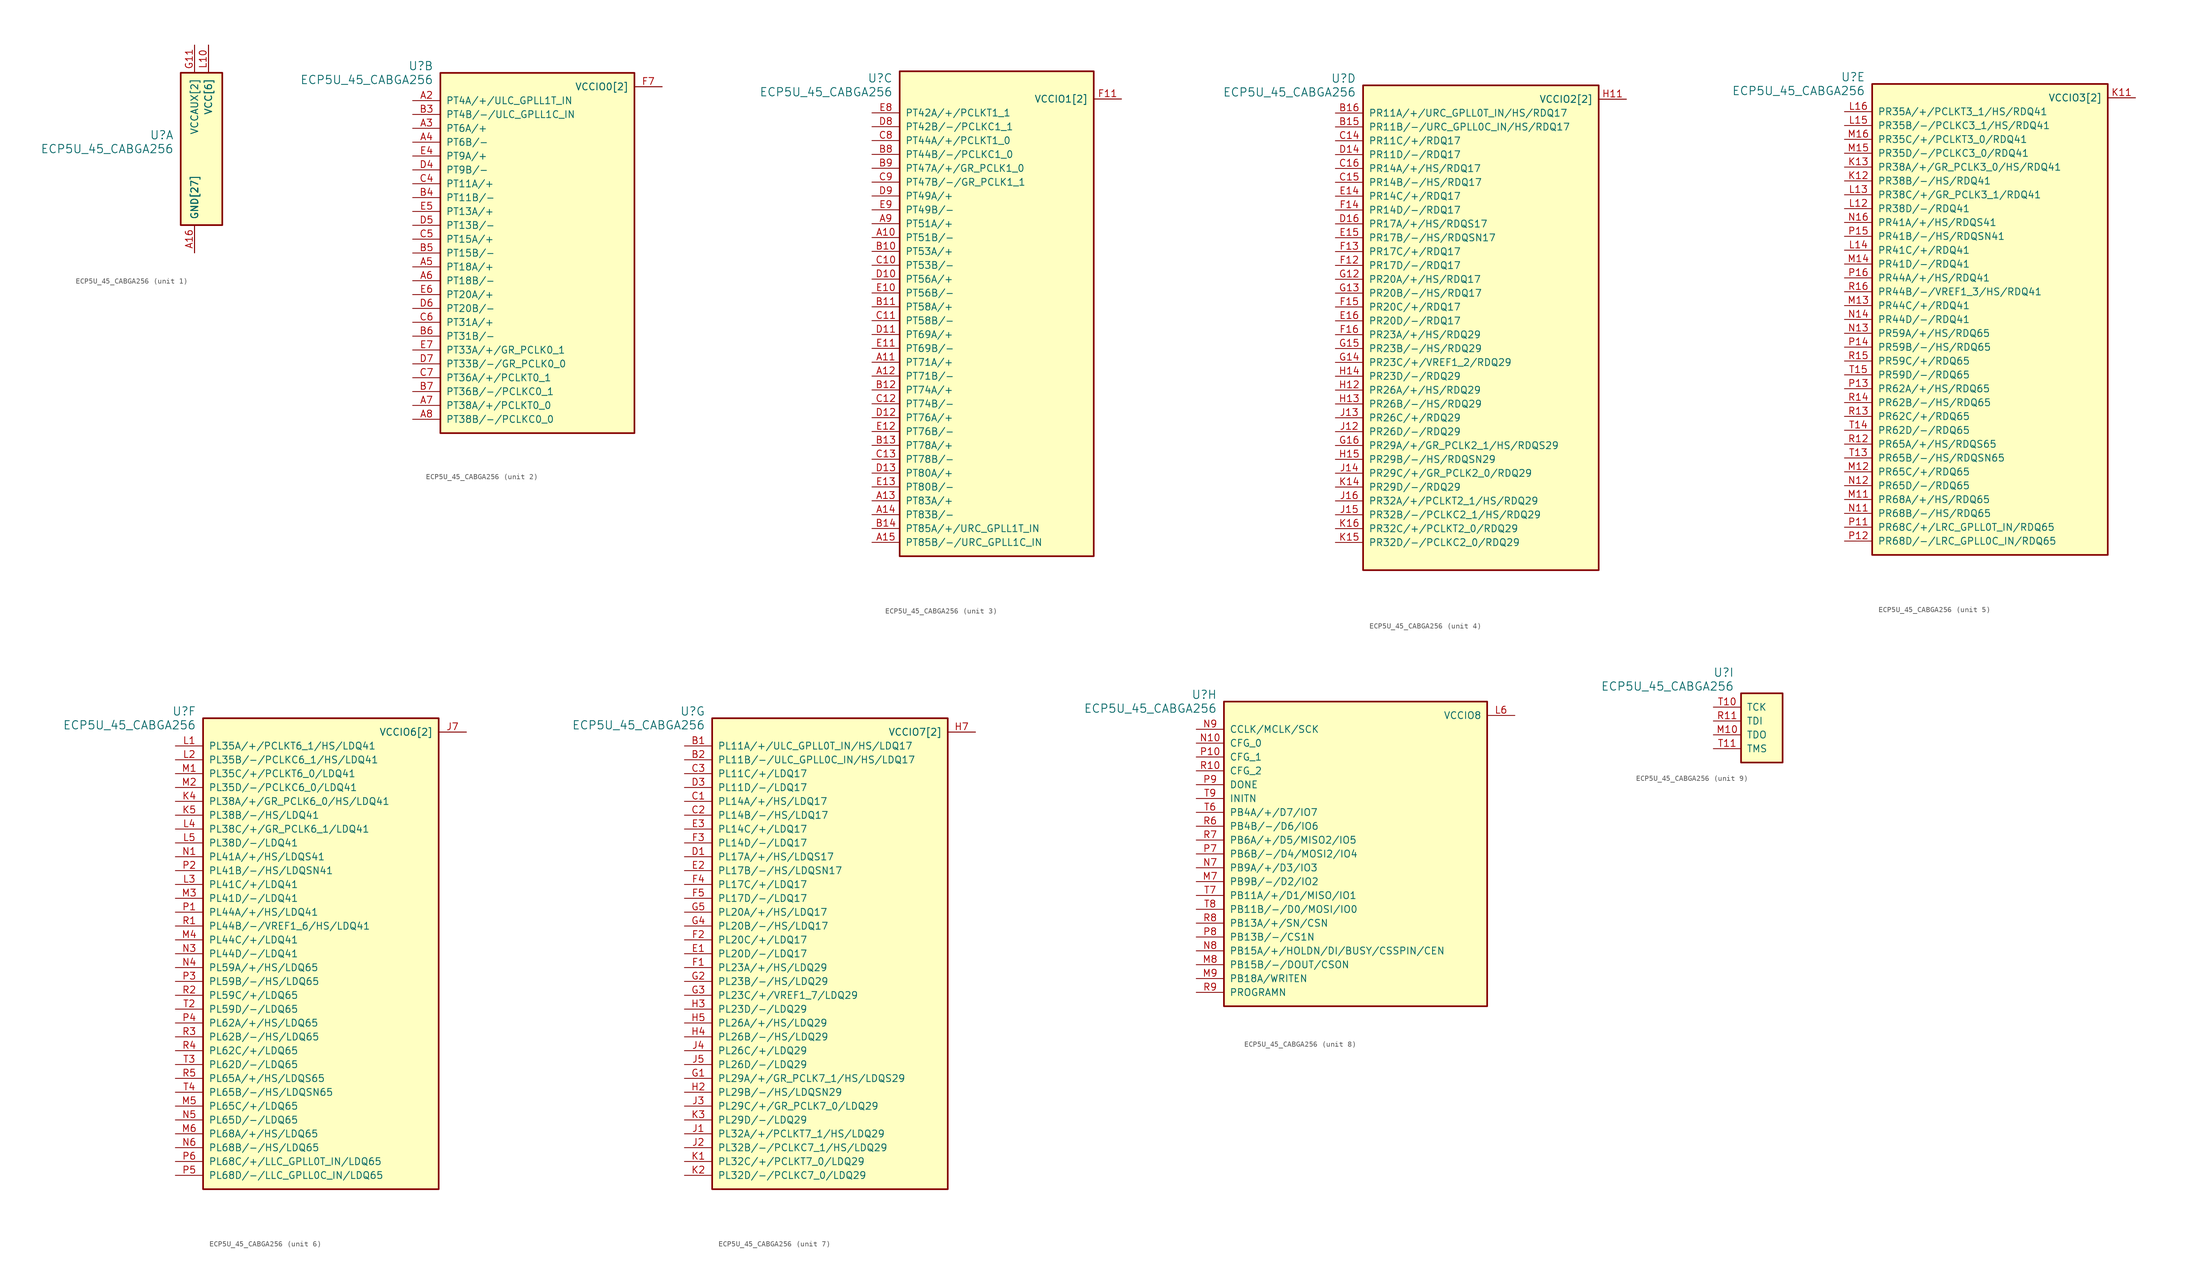
<source format=kicad_sym>
(kicad_symbol_lib
  (version 20211014)
  (generator kicad_symbol_editor)
  (symbol "ECP5U_45_CABGA256"
    (pin_names
      (offset 1.016))
    (property "Reference" "U"
      (at 3.81 6.35 0)
      (effects (font (size 1.524 1.524)) (justify right)))
    (property "Value" "ECP5U_45_CABGA256"
      (at 3.81 3.81 0)
      (effects (font (size 1.524 1.524)) (justify right)))
    (property "ki_locked" ""
      (at 0 0 0)
      (effects (font (size 1.27 1.27))))
    (symbol "ECP5U_45_CABGA256_1_1"
      (rectangle (start 5.08 17.78) (end 12.7 -10.16) (stroke (width 0.305) (type default) (color 0 0 0 0)) (fill (type background)))
      (pin power_in line (at 7.62 -15.24 90) (length 5.08) (name "GND[27]" (effects (font (size 1.27 1.27)))) (number "A1" (effects (font (size 0 0)))))
      (pin power_in line (at 7.62 -15.24 90) (length 5.08) (name "GND[27]" (effects (font (size 1.27 1.27)))) (number "A16" (effects (font (size 1.27 1.27)))))
      (pin power_in line (at 7.62 -15.24 90) (length 5.08) (name "GND[27]" (effects (font (size 1.27 1.27)))) (number "D15" (effects (font (size 0 0)))))
      (pin power_in line (at 7.62 -15.24 90) (length 5.08) (name "GND[27]" (effects (font (size 1.27 1.27)))) (number "D2" (effects (font (size 0 0)))))
      (pin power_in line (at 7.62 -15.24 90) (length 5.08) (name "GND[27]" (effects (font (size 1.27 1.27)))) (number "F8" (effects (font (size 0 0)))))
      (pin power_in line (at 7.62 -15.24 90) (length 5.08) (name "GND[27]" (effects (font (size 1.27 1.27)))) (number "F9" (effects (font (size 0 0)))))
      (pin power_in line (at 7.62 -15.24 90) (length 5.08) (name "GND[27]" (effects (font (size 1.27 1.27)))) (number "G10" (effects (font (size 0 0)))))
      (pin power_in line (at 7.62 22.86 270) (length 5.08) (name "VCCAUX[2]" (effects (font (size 1.27 1.27)))) (number "G11" (effects (font (size 1.27 1.27)))))
      (pin power_in line (at 10.16 22.86 270) (length 5.08) (name "VCC[6]" (effects (font (size 1.27 1.27)))) (number "G6" (effects (font (size 0 0)))))
      (pin power_in line (at 10.16 22.86 270) (length 5.08) (name "VCC[6]" (effects (font (size 1.27 1.27)))) (number "G7" (effects (font (size 0 0)))))
      (pin power_in line (at 7.62 -15.24 90) (length 5.08) (name "GND[27]" (effects (font (size 1.27 1.27)))) (number "G8" (effects (font (size 0 0)))))
      (pin power_in line (at 10.16 22.86 270) (length 5.08) (name "VCC[6]" (effects (font (size 1.27 1.27)))) (number "G9" (effects (font (size 0 0)))))
      (pin power_in line (at 7.62 -15.24 90) (length 5.08) (name "GND[27]" (effects (font (size 1.27 1.27)))) (number "H1" (effects (font (size 0 0)))))
      (pin power_in line (at 7.62 -15.24 90) (length 5.08) (name "GND[27]" (effects (font (size 1.27 1.27)))) (number "H10" (effects (font (size 0 0)))))
      (pin power_in line (at 7.62 -15.24 90) (length 5.08) (name "GND[27]" (effects (font (size 1.27 1.27)))) (number "H16" (effects (font (size 0 0)))))
      (pin power_in line (at 7.62 -15.24 90) (length 5.08) (name "GND[27]" (effects (font (size 1.27 1.27)))) (number "H8" (effects (font (size 0 0)))))
      (pin power_in line (at 7.62 -15.24 90) (length 5.08) (name "GND[27]" (effects (font (size 1.27 1.27)))) (number "H9" (effects (font (size 0 0)))))
      (pin power_in line (at 7.62 -15.24 90) (length 5.08) (name "GND[27]" (effects (font (size 1.27 1.27)))) (number "J10" (effects (font (size 0 0)))))
      (pin power_in line (at 7.62 -15.24 90) (length 5.08) (name "GND[27]" (effects (font (size 1.27 1.27)))) (number "J8" (effects (font (size 0 0)))))
      (pin power_in line (at 7.62 -15.24 90) (length 5.08) (name "GND[27]" (effects (font (size 1.27 1.27)))) (number "J9" (effects (font (size 0 0)))))
      (pin power_in line (at 7.62 -15.24 90) (length 5.08) (name "GND[27]" (effects (font (size 1.27 1.27)))) (number "K10" (effects (font (size 0 0)))))
      (pin power_in line (at 7.62 -15.24 90) (length 5.08) (name "GND[27]" (effects (font (size 1.27 1.27)))) (number "K6" (effects (font (size 0 0)))))
      (pin power_in line (at 7.62 -15.24 90) (length 5.08) (name "GND[27]" (effects (font (size 1.27 1.27)))) (number "K7" (effects (font (size 0 0)))))
      (pin power_in line (at 7.62 -15.24 90) (length 5.08) (name "GND[27]" (effects (font (size 1.27 1.27)))) (number "K8" (effects (font (size 0 0)))))
      (pin power_in line (at 7.62 -15.24 90) (length 5.08) (name "GND[27]" (effects (font (size 1.27 1.27)))) (number "K9" (effects (font (size 0 0)))))
      (pin power_in line (at 10.16 22.86 270) (length 5.08) (name "VCC[6]" (effects (font (size 1.27 1.27)))) (number "L10" (effects (font (size 1.27 1.27)))))
      (pin power_in line (at 7.62 22.86 270) (length 5.08) (name "VCCAUX[2]" (effects (font (size 1.27 1.27)))) (number "L7" (effects (font (size 0 0)))))
      (pin power_in line (at 10.16 22.86 270) (length 5.08) (name "VCC[6]" (effects (font (size 1.27 1.27)))) (number "L8" (effects (font (size 0 0)))))
      (pin power_in line (at 10.16 22.86 270) (length 5.08) (name "VCC[6]" (effects (font (size 1.27 1.27)))) (number "L9" (effects (font (size 0 0)))))
      (pin power_in line (at 7.62 -15.24 90) (length 5.08) (name "GND[27]" (effects (font (size 1.27 1.27)))) (number "N15" (effects (font (size 0 0)))))
      (pin power_in line (at 7.62 -15.24 90) (length 5.08) (name "GND[27]" (effects (font (size 1.27 1.27)))) (number "N2" (effects (font (size 0 0)))))
      (pin power_in line (at 7.62 -15.24 90) (length 5.08) (name "GND[27]" (effects (font (size 1.27 1.27)))) (number "T1" (effects (font (size 0 0)))))
      (pin power_in line (at 7.62 -15.24 90) (length 5.08) (name "GND[27]" (effects (font (size 1.27 1.27)))) (number "T12" (effects (font (size 0 0)))))
      (pin power_in line (at 7.62 -15.24 90) (length 5.08) (name "GND[27]" (effects (font (size 1.27 1.27)))) (number "T16" (effects (font (size 0 0)))))
      (pin power_in line (at 7.62 -15.24 90) (length 5.08) (name "GND[27]" (effects (font (size 1.27 1.27)))) (number "T5" (effects (font (size 0 0))))))
    (symbol "ECP5U_45_CABGA256_2_1"
      (rectangle (start 5.08 5.08) (end 40.64 -60.96) (stroke (width 0.305) (type default) (color 0 0 0 0)) (fill (type background)))
      (pin bidirectional line (at 0 0 0) (length 5.08) (name "PT4A/+/ULC_GPLL1T_IN" (effects (font (size 1.27 1.27)))) (number "A2" (effects (font (size 1.27 1.27)))))
      (pin bidirectional line (at 0 -5.08 0) (length 5.08) (name "PT6A/+" (effects (font (size 1.27 1.27)))) (number "A3" (effects (font (size 1.27 1.27)))))
      (pin bidirectional line (at 0 -7.62 0) (length 5.08) (name "PT6B/-" (effects (font (size 1.27 1.27)))) (number "A4" (effects (font (size 1.27 1.27)))))
      (pin bidirectional line (at 0 -30.48 0) (length 5.08) (name "PT18A/+" (effects (font (size 1.27 1.27)))) (number "A5" (effects (font (size 1.27 1.27)))))
      (pin bidirectional line (at 0 -33.02 0) (length 5.08) (name "PT18B/-" (effects (font (size 1.27 1.27)))) (number "A6" (effects (font (size 1.27 1.27)))))
      (pin bidirectional line (at 0 -55.88 0) (length 5.08) (name "PT38A/+/PCLKT0_0" (effects (font (size 1.27 1.27)))) (number "A7" (effects (font (size 1.27 1.27)))))
      (pin bidirectional line (at 0 -58.42 0) (length 5.08) (name "PT38B/-/PCLKC0_0" (effects (font (size 1.27 1.27)))) (number "A8" (effects (font (size 1.27 1.27)))))
      (pin bidirectional line (at 0 -2.54 0) (length 5.08) (name "PT4B/-/ULC_GPLL1C_IN" (effects (font (size 1.27 1.27)))) (number "B3" (effects (font (size 1.27 1.27)))))
      (pin bidirectional line (at 0 -17.78 0) (length 5.08) (name "PT11B/-" (effects (font (size 1.27 1.27)))) (number "B4" (effects (font (size 1.27 1.27)))))
      (pin bidirectional line (at 0 -27.94 0) (length 5.08) (name "PT15B/-" (effects (font (size 1.27 1.27)))) (number "B5" (effects (font (size 1.27 1.27)))))
      (pin bidirectional line (at 0 -43.18 0) (length 5.08) (name "PT31B/-" (effects (font (size 1.27 1.27)))) (number "B6" (effects (font (size 1.27 1.27)))))
      (pin bidirectional line (at 0 -53.34 0) (length 5.08) (name "PT36B/-/PCLKC0_1" (effects (font (size 1.27 1.27)))) (number "B7" (effects (font (size 1.27 1.27)))))
      (pin bidirectional line (at 0 -15.24 0) (length 5.08) (name "PT11A/+" (effects (font (size 1.27 1.27)))) (number "C4" (effects (font (size 1.27 1.27)))))
      (pin bidirectional line (at 0 -25.4 0) (length 5.08) (name "PT15A/+" (effects (font (size 1.27 1.27)))) (number "C5" (effects (font (size 1.27 1.27)))))
      (pin bidirectional line (at 0 -40.64 0) (length 5.08) (name "PT31A/+" (effects (font (size 1.27 1.27)))) (number "C6" (effects (font (size 1.27 1.27)))))
      (pin bidirectional line (at 0 -50.8 0) (length 5.08) (name "PT36A/+/PCLKT0_1" (effects (font (size 1.27 1.27)))) (number "C7" (effects (font (size 1.27 1.27)))))
      (pin bidirectional line (at 0 -12.7 0) (length 5.08) (name "PT9B/-" (effects (font (size 1.27 1.27)))) (number "D4" (effects (font (size 1.27 1.27)))))
      (pin bidirectional line (at 0 -22.86 0) (length 5.08) (name "PT13B/-" (effects (font (size 1.27 1.27)))) (number "D5" (effects (font (size 1.27 1.27)))))
      (pin bidirectional line (at 0 -38.1 0) (length 5.08) (name "PT20B/-" (effects (font (size 1.27 1.27)))) (number "D6" (effects (font (size 1.27 1.27)))))
      (pin bidirectional line (at 0 -48.26 0) (length 5.08) (name "PT33B/-/GR_PCLK0_0" (effects (font (size 1.27 1.27)))) (number "D7" (effects (font (size 1.27 1.27)))))
      (pin bidirectional line (at 0 -10.16 0) (length 5.08) (name "PT9A/+" (effects (font (size 1.27 1.27)))) (number "E4" (effects (font (size 1.27 1.27)))))
      (pin bidirectional line (at 0 -20.32 0) (length 5.08) (name "PT13A/+" (effects (font (size 1.27 1.27)))) (number "E5" (effects (font (size 1.27 1.27)))))
      (pin bidirectional line (at 0 -35.56 0) (length 5.08) (name "PT20A/+" (effects (font (size 1.27 1.27)))) (number "E6" (effects (font (size 1.27 1.27)))))
      (pin bidirectional line (at 0 -45.72 0) (length 5.08) (name "PT33A/+/GR_PCLK0_1" (effects (font (size 1.27 1.27)))) (number "E7" (effects (font (size 1.27 1.27)))))
      (pin power_in line (at 45.72 2.54 180) (length 5.08) (name "VCCIO0[2]" (effects (font (size 1.27 1.27)))) (number "F6" (effects (font (size 0 0)))))
      (pin power_in line (at 45.72 2.54 180) (length 5.08) (name "VCCIO0[2]" (effects (font (size 1.27 1.27)))) (number "F7" (effects (font (size 1.27 1.27))))))
    (symbol "ECP5U_45_CABGA256_3_1"
      (rectangle (start 5.08 7.62) (end 40.64 -81.28) (stroke (width 0.305) (type default) (color 0 0 0 0)) (fill (type background)))
      (pin bidirectional line (at 0 -22.86 0) (length 5.08) (name "PT51B/-" (effects (font (size 1.27 1.27)))) (number "A10" (effects (font (size 1.27 1.27)))))
      (pin bidirectional line (at 0 -45.72 0) (length 5.08) (name "PT71A/+" (effects (font (size 1.27 1.27)))) (number "A11" (effects (font (size 1.27 1.27)))))
      (pin bidirectional line (at 0 -48.26 0) (length 5.08) (name "PT71B/-" (effects (font (size 1.27 1.27)))) (number "A12" (effects (font (size 1.27 1.27)))))
      (pin bidirectional line (at 0 -71.12 0) (length 5.08) (name "PT83A/+" (effects (font (size 1.27 1.27)))) (number "A13" (effects (font (size 1.27 1.27)))))
      (pin bidirectional line (at 0 -73.66 0) (length 5.08) (name "PT83B/-" (effects (font (size 1.27 1.27)))) (number "A14" (effects (font (size 1.27 1.27)))))
      (pin bidirectional line (at 0 -78.74 0) (length 5.08) (name "PT85B/-/URC_GPLL1C_IN" (effects (font (size 1.27 1.27)))) (number "A15" (effects (font (size 1.27 1.27)))))
      (pin bidirectional line (at 0 -20.32 0) (length 5.08) (name "PT51A/+" (effects (font (size 1.27 1.27)))) (number "A9" (effects (font (size 1.27 1.27)))))
      (pin bidirectional line (at 0 -25.4 0) (length 5.08) (name "PT53A/+" (effects (font (size 1.27 1.27)))) (number "B10" (effects (font (size 1.27 1.27)))))
      (pin bidirectional line (at 0 -35.56 0) (length 5.08) (name "PT58A/+" (effects (font (size 1.27 1.27)))) (number "B11" (effects (font (size 1.27 1.27)))))
      (pin bidirectional line (at 0 -50.8 0) (length 5.08) (name "PT74A/+" (effects (font (size 1.27 1.27)))) (number "B12" (effects (font (size 1.27 1.27)))))
      (pin bidirectional line (at 0 -60.96 0) (length 5.08) (name "PT78A/+" (effects (font (size 1.27 1.27)))) (number "B13" (effects (font (size 1.27 1.27)))))
      (pin bidirectional line (at 0 -76.2 0) (length 5.08) (name "PT85A/+/URC_GPLL1T_IN" (effects (font (size 1.27 1.27)))) (number "B14" (effects (font (size 1.27 1.27)))))
      (pin bidirectional line (at 0 -7.62 0) (length 5.08) (name "PT44B/-/PCLKC1_0" (effects (font (size 1.27 1.27)))) (number "B8" (effects (font (size 1.27 1.27)))))
      (pin bidirectional line (at 0 -10.16 0) (length 5.08) (name "PT47A/+/GR_PCLK1_0" (effects (font (size 1.27 1.27)))) (number "B9" (effects (font (size 1.27 1.27)))))
      (pin bidirectional line (at 0 -27.94 0) (length 5.08) (name "PT53B/-" (effects (font (size 1.27 1.27)))) (number "C10" (effects (font (size 1.27 1.27)))))
      (pin bidirectional line (at 0 -38.1 0) (length 5.08) (name "PT58B/-" (effects (font (size 1.27 1.27)))) (number "C11" (effects (font (size 1.27 1.27)))))
      (pin bidirectional line (at 0 -53.34 0) (length 5.08) (name "PT74B/-" (effects (font (size 1.27 1.27)))) (number "C12" (effects (font (size 1.27 1.27)))))
      (pin bidirectional line (at 0 -63.5 0) (length 5.08) (name "PT78B/-" (effects (font (size 1.27 1.27)))) (number "C13" (effects (font (size 1.27 1.27)))))
      (pin bidirectional line (at 0 -5.08 0) (length 5.08) (name "PT44A/+/PCLKT1_0" (effects (font (size 1.27 1.27)))) (number "C8" (effects (font (size 1.27 1.27)))))
      (pin bidirectional line (at 0 -12.7 0) (length 5.08) (name "PT47B/-/GR_PCLK1_1" (effects (font (size 1.27 1.27)))) (number "C9" (effects (font (size 1.27 1.27)))))
      (pin bidirectional line (at 0 -30.48 0) (length 5.08) (name "PT56A/+" (effects (font (size 1.27 1.27)))) (number "D10" (effects (font (size 1.27 1.27)))))
      (pin bidirectional line (at 0 -40.64 0) (length 5.08) (name "PT69A/+" (effects (font (size 1.27 1.27)))) (number "D11" (effects (font (size 1.27 1.27)))))
      (pin bidirectional line (at 0 -55.88 0) (length 5.08) (name "PT76A/+" (effects (font (size 1.27 1.27)))) (number "D12" (effects (font (size 1.27 1.27)))))
      (pin bidirectional line (at 0 -66.04 0) (length 5.08) (name "PT80A/+" (effects (font (size 1.27 1.27)))) (number "D13" (effects (font (size 1.27 1.27)))))
      (pin bidirectional line (at 0 -2.54 0) (length 5.08) (name "PT42B/-/PCLKC1_1" (effects (font (size 1.27 1.27)))) (number "D8" (effects (font (size 1.27 1.27)))))
      (pin bidirectional line (at 0 -15.24 0) (length 5.08) (name "PT49A/+" (effects (font (size 1.27 1.27)))) (number "D9" (effects (font (size 1.27 1.27)))))
      (pin bidirectional line (at 0 -33.02 0) (length 5.08) (name "PT56B/-" (effects (font (size 1.27 1.27)))) (number "E10" (effects (font (size 1.27 1.27)))))
      (pin bidirectional line (at 0 -43.18 0) (length 5.08) (name "PT69B/-" (effects (font (size 1.27 1.27)))) (number "E11" (effects (font (size 1.27 1.27)))))
      (pin bidirectional line (at 0 -58.42 0) (length 5.08) (name "PT76B/-" (effects (font (size 1.27 1.27)))) (number "E12" (effects (font (size 1.27 1.27)))))
      (pin bidirectional line (at 0 -68.58 0) (length 5.08) (name "PT80B/-" (effects (font (size 1.27 1.27)))) (number "E13" (effects (font (size 1.27 1.27)))))
      (pin bidirectional line (at 0 0 0) (length 5.08) (name "PT42A/+/PCLKT1_1" (effects (font (size 1.27 1.27)))) (number "E8" (effects (font (size 1.27 1.27)))))
      (pin bidirectional line (at 0 -17.78 0) (length 5.08) (name "PT49B/-" (effects (font (size 1.27 1.27)))) (number "E9" (effects (font (size 1.27 1.27)))))
      (pin power_in line (at 45.72 2.54 180) (length 5.08) (name "VCCIO1[2]" (effects (font (size 1.27 1.27)))) (number "F10" (effects (font (size 0 0)))))
      (pin power_in line (at 45.72 2.54 180) (length 5.08) (name "VCCIO1[2]" (effects (font (size 1.27 1.27)))) (number "F11" (effects (font (size 1.27 1.27))))))
    (symbol "ECP5U_45_CABGA256_4_1"
      (rectangle (start 5.08 5.08) (end 48.26 -83.82) (stroke (width 0.305) (type default) (color 0 0 0 0)) (fill (type background)))
      (pin bidirectional line (at 0 -2.54 0) (length 5.08) (name "PR11B/-/URC_GPLL0C_IN/HS/RDQ17" (effects (font (size 1.27 1.27)))) (number "B15" (effects (font (size 1.27 1.27)))))
      (pin bidirectional line (at 0 0 0) (length 5.08) (name "PR11A/+/URC_GPLL0T_IN/HS/RDQ17" (effects (font (size 1.27 1.27)))) (number "B16" (effects (font (size 1.27 1.27)))))
      (pin bidirectional line (at 0 -5.08 0) (length 5.08) (name "PR11C/+/RDQ17" (effects (font (size 1.27 1.27)))) (number "C14" (effects (font (size 1.27 1.27)))))
      (pin bidirectional line (at 0 -12.7 0) (length 5.08) (name "PR14B/-/HS/RDQ17" (effects (font (size 1.27 1.27)))) (number "C15" (effects (font (size 1.27 1.27)))))
      (pin bidirectional line (at 0 -10.16 0) (length 5.08) (name "PR14A/+/HS/RDQ17" (effects (font (size 1.27 1.27)))) (number "C16" (effects (font (size 1.27 1.27)))))
      (pin bidirectional line (at 0 -7.62 0) (length 5.08) (name "PR11D/-/RDQ17" (effects (font (size 1.27 1.27)))) (number "D14" (effects (font (size 1.27 1.27)))))
      (pin bidirectional line (at 0 -20.32 0) (length 5.08) (name "PR17A/+/HS/RDQS17" (effects (font (size 1.27 1.27)))) (number "D16" (effects (font (size 1.27 1.27)))))
      (pin bidirectional line (at 0 -15.24 0) (length 5.08) (name "PR14C/+/RDQ17" (effects (font (size 1.27 1.27)))) (number "E14" (effects (font (size 1.27 1.27)))))
      (pin bidirectional line (at 0 -22.86 0) (length 5.08) (name "PR17B/-/HS/RDQSN17" (effects (font (size 1.27 1.27)))) (number "E15" (effects (font (size 1.27 1.27)))))
      (pin bidirectional line (at 0 -38.1 0) (length 5.08) (name "PR20D/-/RDQ17" (effects (font (size 1.27 1.27)))) (number "E16" (effects (font (size 1.27 1.27)))))
      (pin bidirectional line (at 0 -27.94 0) (length 5.08) (name "PR17D/-/RDQ17" (effects (font (size 1.27 1.27)))) (number "F12" (effects (font (size 1.27 1.27)))))
      (pin bidirectional line (at 0 -25.4 0) (length 5.08) (name "PR17C/+/RDQ17" (effects (font (size 1.27 1.27)))) (number "F13" (effects (font (size 1.27 1.27)))))
      (pin bidirectional line (at 0 -17.78 0) (length 5.08) (name "PR14D/-/RDQ17" (effects (font (size 1.27 1.27)))) (number "F14" (effects (font (size 1.27 1.27)))))
      (pin bidirectional line (at 0 -35.56 0) (length 5.08) (name "PR20C/+/RDQ17" (effects (font (size 1.27 1.27)))) (number "F15" (effects (font (size 1.27 1.27)))))
      (pin bidirectional line (at 0 -40.64 0) (length 5.08) (name "PR23A/+/HS/RDQ29" (effects (font (size 1.27 1.27)))) (number "F16" (effects (font (size 1.27 1.27)))))
      (pin bidirectional line (at 0 -30.48 0) (length 5.08) (name "PR20A/+/HS/RDQ17" (effects (font (size 1.27 1.27)))) (number "G12" (effects (font (size 1.27 1.27)))))
      (pin bidirectional line (at 0 -33.02 0) (length 5.08) (name "PR20B/-/HS/RDQ17" (effects (font (size 1.27 1.27)))) (number "G13" (effects (font (size 1.27 1.27)))))
      (pin bidirectional line (at 0 -45.72 0) (length 5.08) (name "PR23C/+/VREF1_2/RDQ29" (effects (font (size 1.27 1.27)))) (number "G14" (effects (font (size 1.27 1.27)))))
      (pin bidirectional line (at 0 -43.18 0) (length 5.08) (name "PR23B/-/HS/RDQ29" (effects (font (size 1.27 1.27)))) (number "G15" (effects (font (size 1.27 1.27)))))
      (pin bidirectional line (at 0 -60.96 0) (length 5.08) (name "PR29A/+/GR_PCLK2_1/HS/RDQS29" (effects (font (size 1.27 1.27)))) (number "G16" (effects (font (size 1.27 1.27)))))
      (pin power_in line (at 53.34 2.54 180) (length 5.08) (name "VCCIO2[2]" (effects (font (size 1.27 1.27)))) (number "H11" (effects (font (size 1.27 1.27)))))
      (pin bidirectional line (at 0 -50.8 0) (length 5.08) (name "PR26A/+/HS/RDQ29" (effects (font (size 1.27 1.27)))) (number "H12" (effects (font (size 1.27 1.27)))))
      (pin bidirectional line (at 0 -53.34 0) (length 5.08) (name "PR26B/-/HS/RDQ29" (effects (font (size 1.27 1.27)))) (number "H13" (effects (font (size 1.27 1.27)))))
      (pin bidirectional line (at 0 -48.26 0) (length 5.08) (name "PR23D/-/RDQ29" (effects (font (size 1.27 1.27)))) (number "H14" (effects (font (size 1.27 1.27)))))
      (pin bidirectional line (at 0 -63.5 0) (length 5.08) (name "PR29B/-/HS/RDQSN29" (effects (font (size 1.27 1.27)))) (number "H15" (effects (font (size 1.27 1.27)))))
      (pin power_in line (at 53.34 2.54 180) (length 5.08) (name "VCCIO2[2]" (effects (font (size 1.27 1.27)))) (number "J11" (effects (font (size 0 0)))))
      (pin bidirectional line (at 0 -58.42 0) (length 5.08) (name "PR26D/-/RDQ29" (effects (font (size 1.27 1.27)))) (number "J12" (effects (font (size 1.27 1.27)))))
      (pin bidirectional line (at 0 -55.88 0) (length 5.08) (name "PR26C/+/RDQ29" (effects (font (size 1.27 1.27)))) (number "J13" (effects (font (size 1.27 1.27)))))
      (pin bidirectional line (at 0 -66.04 0) (length 5.08) (name "PR29C/+/GR_PCLK2_0/RDQ29" (effects (font (size 1.27 1.27)))) (number "J14" (effects (font (size 1.27 1.27)))))
      (pin bidirectional line (at 0 -73.66 0) (length 5.08) (name "PR32B/-/PCLKC2_1/HS/RDQ29" (effects (font (size 1.27 1.27)))) (number "J15" (effects (font (size 1.27 1.27)))))
      (pin bidirectional line (at 0 -71.12 0) (length 5.08) (name "PR32A/+/PCLKT2_1/HS/RDQ29" (effects (font (size 1.27 1.27)))) (number "J16" (effects (font (size 1.27 1.27)))))
      (pin bidirectional line (at 0 -68.58 0) (length 5.08) (name "PR29D/-/RDQ29" (effects (font (size 1.27 1.27)))) (number "K14" (effects (font (size 1.27 1.27)))))
      (pin bidirectional line (at 0 -78.74 0) (length 5.08) (name "PR32D/-/PCLKC2_0/RDQ29" (effects (font (size 1.27 1.27)))) (number "K15" (effects (font (size 1.27 1.27)))))
      (pin bidirectional line (at 0 -76.2 0) (length 5.08) (name "PR32C/+/PCLKT2_0/RDQ29" (effects (font (size 1.27 1.27)))) (number "K16" (effects (font (size 1.27 1.27))))))
    (symbol "ECP5U_45_CABGA256_5_1"
      (rectangle (start 5.08 5.08) (end 48.26 -81.28) (stroke (width 0.305) (type default) (color 0 0 0 0)) (fill (type background)))
      (pin power_in line (at 53.34 2.54 180) (length 5.08) (name "VCCIO3[2]" (effects (font (size 1.27 1.27)))) (number "K11" (effects (font (size 1.27 1.27)))))
      (pin bidirectional line (at 0 -12.7 0) (length 5.08) (name "PR38B/-/HS/RDQ41" (effects (font (size 1.27 1.27)))) (number "K12" (effects (font (size 1.27 1.27)))))
      (pin bidirectional line (at 0 -10.16 0) (length 5.08) (name "PR38A/+/GR_PCLK3_0/HS/RDQ41" (effects (font (size 1.27 1.27)))) (number "K13" (effects (font (size 1.27 1.27)))))
      (pin power_in line (at 53.34 2.54 180) (length 5.08) (name "VCCIO3[2]" (effects (font (size 1.27 1.27)))) (number "L11" (effects (font (size 0 0)))))
      (pin bidirectional line (at 0 -17.78 0) (length 5.08) (name "PR38D/-/RDQ41" (effects (font (size 1.27 1.27)))) (number "L12" (effects (font (size 1.27 1.27)))))
      (pin bidirectional line (at 0 -15.24 0) (length 5.08) (name "PR38C/+/GR_PCLK3_1/RDQ41" (effects (font (size 1.27 1.27)))) (number "L13" (effects (font (size 1.27 1.27)))))
      (pin bidirectional line (at 0 -25.4 0) (length 5.08) (name "PR41C/+/RDQ41" (effects (font (size 1.27 1.27)))) (number "L14" (effects (font (size 1.27 1.27)))))
      (pin bidirectional line (at 0 -2.54 0) (length 5.08) (name "PR35B/-/PCLKC3_1/HS/RDQ41" (effects (font (size 1.27 1.27)))) (number "L15" (effects (font (size 1.27 1.27)))))
      (pin bidirectional line (at 0 0 0) (length 5.08) (name "PR35A/+/PCLKT3_1/HS/RDQ41" (effects (font (size 1.27 1.27)))) (number "L16" (effects (font (size 1.27 1.27)))))
      (pin bidirectional line (at 0 -71.12 0) (length 5.08) (name "PR68A/+/HS/RDQ65" (effects (font (size 1.27 1.27)))) (number "M11" (effects (font (size 1.27 1.27)))))
      (pin bidirectional line (at 0 -66.04 0) (length 5.08) (name "PR65C/+/RDQ65" (effects (font (size 1.27 1.27)))) (number "M12" (effects (font (size 1.27 1.27)))))
      (pin bidirectional line (at 0 -35.56 0) (length 5.08) (name "PR44C/+/RDQ41" (effects (font (size 1.27 1.27)))) (number "M13" (effects (font (size 1.27 1.27)))))
      (pin bidirectional line (at 0 -27.94 0) (length 5.08) (name "PR41D/-/RDQ41" (effects (font (size 1.27 1.27)))) (number "M14" (effects (font (size 1.27 1.27)))))
      (pin bidirectional line (at 0 -7.62 0) (length 5.08) (name "PR35D/-/PCLKC3_0/RDQ41" (effects (font (size 1.27 1.27)))) (number "M15" (effects (font (size 1.27 1.27)))))
      (pin bidirectional line (at 0 -5.08 0) (length 5.08) (name "PR35C/+/PCLKT3_0/RDQ41" (effects (font (size 1.27 1.27)))) (number "M16" (effects (font (size 1.27 1.27)))))
      (pin bidirectional line (at 0 -73.66 0) (length 5.08) (name "PR68B/-/HS/RDQ65" (effects (font (size 1.27 1.27)))) (number "N11" (effects (font (size 1.27 1.27)))))
      (pin bidirectional line (at 0 -68.58 0) (length 5.08) (name "PR65D/-/RDQ65" (effects (font (size 1.27 1.27)))) (number "N12" (effects (font (size 1.27 1.27)))))
      (pin bidirectional line (at 0 -40.64 0) (length 5.08) (name "PR59A/+/HS/RDQ65" (effects (font (size 1.27 1.27)))) (number "N13" (effects (font (size 1.27 1.27)))))
      (pin bidirectional line (at 0 -38.1 0) (length 5.08) (name "PR44D/-/RDQ41" (effects (font (size 1.27 1.27)))) (number "N14" (effects (font (size 1.27 1.27)))))
      (pin bidirectional line (at 0 -20.32 0) (length 5.08) (name "PR41A/+/HS/RDQS41" (effects (font (size 1.27 1.27)))) (number "N16" (effects (font (size 1.27 1.27)))))
      (pin bidirectional line (at 0 -76.2 0) (length 5.08) (name "PR68C/+/LRC_GPLL0T_IN/RDQ65" (effects (font (size 1.27 1.27)))) (number "P11" (effects (font (size 1.27 1.27)))))
      (pin bidirectional line (at 0 -78.74 0) (length 5.08) (name "PR68D/-/LRC_GPLL0C_IN/RDQ65" (effects (font (size 1.27 1.27)))) (number "P12" (effects (font (size 1.27 1.27)))))
      (pin bidirectional line (at 0 -50.8 0) (length 5.08) (name "PR62A/+/HS/RDQ65" (effects (font (size 1.27 1.27)))) (number "P13" (effects (font (size 1.27 1.27)))))
      (pin bidirectional line (at 0 -43.18 0) (length 5.08) (name "PR59B/-/HS/RDQ65" (effects (font (size 1.27 1.27)))) (number "P14" (effects (font (size 1.27 1.27)))))
      (pin bidirectional line (at 0 -22.86 0) (length 5.08) (name "PR41B/-/HS/RDQSN41" (effects (font (size 1.27 1.27)))) (number "P15" (effects (font (size 1.27 1.27)))))
      (pin bidirectional line (at 0 -30.48 0) (length 5.08) (name "PR44A/+/HS/RDQ41" (effects (font (size 1.27 1.27)))) (number "P16" (effects (font (size 1.27 1.27)))))
      (pin bidirectional line (at 0 -60.96 0) (length 5.08) (name "PR65A/+/HS/RDQS65" (effects (font (size 1.27 1.27)))) (number "R12" (effects (font (size 1.27 1.27)))))
      (pin bidirectional line (at 0 -55.88 0) (length 5.08) (name "PR62C/+/RDQ65" (effects (font (size 1.27 1.27)))) (number "R13" (effects (font (size 1.27 1.27)))))
      (pin bidirectional line (at 0 -53.34 0) (length 5.08) (name "PR62B/-/HS/RDQ65" (effects (font (size 1.27 1.27)))) (number "R14" (effects (font (size 1.27 1.27)))))
      (pin bidirectional line (at 0 -45.72 0) (length 5.08) (name "PR59C/+/RDQ65" (effects (font (size 1.27 1.27)))) (number "R15" (effects (font (size 1.27 1.27)))))
      (pin bidirectional line (at 0 -33.02 0) (length 5.08) (name "PR44B/-/VREF1_3/HS/RDQ41" (effects (font (size 1.27 1.27)))) (number "R16" (effects (font (size 1.27 1.27)))))
      (pin bidirectional line (at 0 -63.5 0) (length 5.08) (name "PR65B/-/HS/RDQSN65" (effects (font (size 1.27 1.27)))) (number "T13" (effects (font (size 1.27 1.27)))))
      (pin bidirectional line (at 0 -58.42 0) (length 5.08) (name "PR62D/-/RDQ65" (effects (font (size 1.27 1.27)))) (number "T14" (effects (font (size 1.27 1.27)))))
      (pin bidirectional line (at 0 -48.26 0) (length 5.08) (name "PR59D/-/RDQ65" (effects (font (size 1.27 1.27)))) (number "T15" (effects (font (size 1.27 1.27))))))
    (symbol "ECP5U_45_CABGA256_6_1"
      (rectangle (start 5.08 5.08) (end 48.26 -81.28) (stroke (width 0.305) (type default) (color 0 0 0 0)) (fill (type background)))
      (pin power_in line (at 53.34 2.54 180) (length 5.08) (name "VCCIO6[2]" (effects (font (size 1.27 1.27)))) (number "J6" (effects (font (size 0 0)))))
      (pin power_in line (at 53.34 2.54 180) (length 5.08) (name "VCCIO6[2]" (effects (font (size 1.27 1.27)))) (number "J7" (effects (font (size 1.27 1.27)))))
      (pin bidirectional line (at 0 -10.16 0) (length 5.08) (name "PL38A/+/GR_PCLK6_0/HS/LDQ41" (effects (font (size 1.27 1.27)))) (number "K4" (effects (font (size 1.27 1.27)))))
      (pin bidirectional line (at 0 -12.7 0) (length 5.08) (name "PL38B/-/HS/LDQ41" (effects (font (size 1.27 1.27)))) (number "K5" (effects (font (size 1.27 1.27)))))
      (pin bidirectional line (at 0 0 0) (length 5.08) (name "PL35A/+/PCLKT6_1/HS/LDQ41" (effects (font (size 1.27 1.27)))) (number "L1" (effects (font (size 1.27 1.27)))))
      (pin bidirectional line (at 0 -2.54 0) (length 5.08) (name "PL35B/-/PCLKC6_1/HS/LDQ41" (effects (font (size 1.27 1.27)))) (number "L2" (effects (font (size 1.27 1.27)))))
      (pin bidirectional line (at 0 -25.4 0) (length 5.08) (name "PL41C/+/LDQ41" (effects (font (size 1.27 1.27)))) (number "L3" (effects (font (size 1.27 1.27)))))
      (pin bidirectional line (at 0 -15.24 0) (length 5.08) (name "PL38C/+/GR_PCLK6_1/LDQ41" (effects (font (size 1.27 1.27)))) (number "L4" (effects (font (size 1.27 1.27)))))
      (pin bidirectional line (at 0 -17.78 0) (length 5.08) (name "PL38D/-/LDQ41" (effects (font (size 1.27 1.27)))) (number "L5" (effects (font (size 1.27 1.27)))))
      (pin bidirectional line (at 0 -5.08 0) (length 5.08) (name "PL35C/+/PCLKT6_0/LDQ41" (effects (font (size 1.27 1.27)))) (number "M1" (effects (font (size 1.27 1.27)))))
      (pin bidirectional line (at 0 -7.62 0) (length 5.08) (name "PL35D/-/PCLKC6_0/LDQ41" (effects (font (size 1.27 1.27)))) (number "M2" (effects (font (size 1.27 1.27)))))
      (pin bidirectional line (at 0 -27.94 0) (length 5.08) (name "PL41D/-/LDQ41" (effects (font (size 1.27 1.27)))) (number "M3" (effects (font (size 1.27 1.27)))))
      (pin bidirectional line (at 0 -35.56 0) (length 5.08) (name "PL44C/+/LDQ41" (effects (font (size 1.27 1.27)))) (number "M4" (effects (font (size 1.27 1.27)))))
      (pin bidirectional line (at 0 -66.04 0) (length 5.08) (name "PL65C/+/LDQ65" (effects (font (size 1.27 1.27)))) (number "M5" (effects (font (size 1.27 1.27)))))
      (pin bidirectional line (at 0 -71.12 0) (length 5.08) (name "PL68A/+/HS/LDQ65" (effects (font (size 1.27 1.27)))) (number "M6" (effects (font (size 1.27 1.27)))))
      (pin bidirectional line (at 0 -20.32 0) (length 5.08) (name "PL41A/+/HS/LDQS41" (effects (font (size 1.27 1.27)))) (number "N1" (effects (font (size 1.27 1.27)))))
      (pin bidirectional line (at 0 -38.1 0) (length 5.08) (name "PL44D/-/LDQ41" (effects (font (size 1.27 1.27)))) (number "N3" (effects (font (size 1.27 1.27)))))
      (pin bidirectional line (at 0 -40.64 0) (length 5.08) (name "PL59A/+/HS/LDQ65" (effects (font (size 1.27 1.27)))) (number "N4" (effects (font (size 1.27 1.27)))))
      (pin bidirectional line (at 0 -68.58 0) (length 5.08) (name "PL65D/-/LDQ65" (effects (font (size 1.27 1.27)))) (number "N5" (effects (font (size 1.27 1.27)))))
      (pin bidirectional line (at 0 -73.66 0) (length 5.08) (name "PL68B/-/HS/LDQ65" (effects (font (size 1.27 1.27)))) (number "N6" (effects (font (size 1.27 1.27)))))
      (pin bidirectional line (at 0 -30.48 0) (length 5.08) (name "PL44A/+/HS/LDQ41" (effects (font (size 1.27 1.27)))) (number "P1" (effects (font (size 1.27 1.27)))))
      (pin bidirectional line (at 0 -22.86 0) (length 5.08) (name "PL41B/-/HS/LDQSN41" (effects (font (size 1.27 1.27)))) (number "P2" (effects (font (size 1.27 1.27)))))
      (pin bidirectional line (at 0 -43.18 0) (length 5.08) (name "PL59B/-/HS/LDQ65" (effects (font (size 1.27 1.27)))) (number "P3" (effects (font (size 1.27 1.27)))))
      (pin bidirectional line (at 0 -50.8 0) (length 5.08) (name "PL62A/+/HS/LDQ65" (effects (font (size 1.27 1.27)))) (number "P4" (effects (font (size 1.27 1.27)))))
      (pin bidirectional line (at 0 -78.74 0) (length 5.08) (name "PL68D/-/LLC_GPLL0C_IN/LDQ65" (effects (font (size 1.27 1.27)))) (number "P5" (effects (font (size 1.27 1.27)))))
      (pin bidirectional line (at 0 -76.2 0) (length 5.08) (name "PL68C/+/LLC_GPLL0T_IN/LDQ65" (effects (font (size 1.27 1.27)))) (number "P6" (effects (font (size 1.27 1.27)))))
      (pin bidirectional line (at 0 -33.02 0) (length 5.08) (name "PL44B/-/VREF1_6/HS/LDQ41" (effects (font (size 1.27 1.27)))) (number "R1" (effects (font (size 1.27 1.27)))))
      (pin bidirectional line (at 0 -45.72 0) (length 5.08) (name "PL59C/+/LDQ65" (effects (font (size 1.27 1.27)))) (number "R2" (effects (font (size 1.27 1.27)))))
      (pin bidirectional line (at 0 -53.34 0) (length 5.08) (name "PL62B/-/HS/LDQ65" (effects (font (size 1.27 1.27)))) (number "R3" (effects (font (size 1.27 1.27)))))
      (pin bidirectional line (at 0 -55.88 0) (length 5.08) (name "PL62C/+/LDQ65" (effects (font (size 1.27 1.27)))) (number "R4" (effects (font (size 1.27 1.27)))))
      (pin bidirectional line (at 0 -60.96 0) (length 5.08) (name "PL65A/+/HS/LDQS65" (effects (font (size 1.27 1.27)))) (number "R5" (effects (font (size 1.27 1.27)))))
      (pin bidirectional line (at 0 -48.26 0) (length 5.08) (name "PL59D/-/LDQ65" (effects (font (size 1.27 1.27)))) (number "T2" (effects (font (size 1.27 1.27)))))
      (pin bidirectional line (at 0 -58.42 0) (length 5.08) (name "PL62D/-/LDQ65" (effects (font (size 1.27 1.27)))) (number "T3" (effects (font (size 1.27 1.27)))))
      (pin bidirectional line (at 0 -63.5 0) (length 5.08) (name "PL65B/-/HS/LDQSN65" (effects (font (size 1.27 1.27)))) (number "T4" (effects (font (size 1.27 1.27))))))
    (symbol "ECP5U_45_CABGA256_7_1"
      (rectangle (start 5.08 5.08) (end 48.26 -81.28) (stroke (width 0.305) (type default) (color 0 0 0 0)) (fill (type background)))
      (pin bidirectional line (at 0 0 0) (length 5.08) (name "PL11A/+/ULC_GPLL0T_IN/HS/LDQ17" (effects (font (size 1.27 1.27)))) (number "B1" (effects (font (size 1.27 1.27)))))
      (pin bidirectional line (at 0 -2.54 0) (length 5.08) (name "PL11B/-/ULC_GPLL0C_IN/HS/LDQ17" (effects (font (size 1.27 1.27)))) (number "B2" (effects (font (size 1.27 1.27)))))
      (pin bidirectional line (at 0 -10.16 0) (length 5.08) (name "PL14A/+/HS/LDQ17" (effects (font (size 1.27 1.27)))) (number "C1" (effects (font (size 1.27 1.27)))))
      (pin bidirectional line (at 0 -12.7 0) (length 5.08) (name "PL14B/-/HS/LDQ17" (effects (font (size 1.27 1.27)))) (number "C2" (effects (font (size 1.27 1.27)))))
      (pin bidirectional line (at 0 -5.08 0) (length 5.08) (name "PL11C/+/LDQ17" (effects (font (size 1.27 1.27)))) (number "C3" (effects (font (size 1.27 1.27)))))
      (pin bidirectional line (at 0 -20.32 0) (length 5.08) (name "PL17A/+/HS/LDQS17" (effects (font (size 1.27 1.27)))) (number "D1" (effects (font (size 1.27 1.27)))))
      (pin bidirectional line (at 0 -7.62 0) (length 5.08) (name "PL11D/-/LDQ17" (effects (font (size 1.27 1.27)))) (number "D3" (effects (font (size 1.27 1.27)))))
      (pin bidirectional line (at 0 -38.1 0) (length 5.08) (name "PL20D/-/LDQ17" (effects (font (size 1.27 1.27)))) (number "E1" (effects (font (size 1.27 1.27)))))
      (pin bidirectional line (at 0 -22.86 0) (length 5.08) (name "PL17B/-/HS/LDQSN17" (effects (font (size 1.27 1.27)))) (number "E2" (effects (font (size 1.27 1.27)))))
      (pin bidirectional line (at 0 -15.24 0) (length 5.08) (name "PL14C/+/LDQ17" (effects (font (size 1.27 1.27)))) (number "E3" (effects (font (size 1.27 1.27)))))
      (pin bidirectional line (at 0 -40.64 0) (length 5.08) (name "PL23A/+/HS/LDQ29" (effects (font (size 1.27 1.27)))) (number "F1" (effects (font (size 1.27 1.27)))))
      (pin bidirectional line (at 0 -35.56 0) (length 5.08) (name "PL20C/+/LDQ17" (effects (font (size 1.27 1.27)))) (number "F2" (effects (font (size 1.27 1.27)))))
      (pin bidirectional line (at 0 -17.78 0) (length 5.08) (name "PL14D/-/LDQ17" (effects (font (size 1.27 1.27)))) (number "F3" (effects (font (size 1.27 1.27)))))
      (pin bidirectional line (at 0 -25.4 0) (length 5.08) (name "PL17C/+/LDQ17" (effects (font (size 1.27 1.27)))) (number "F4" (effects (font (size 1.27 1.27)))))
      (pin bidirectional line (at 0 -27.94 0) (length 5.08) (name "PL17D/-/LDQ17" (effects (font (size 1.27 1.27)))) (number "F5" (effects (font (size 1.27 1.27)))))
      (pin bidirectional line (at 0 -60.96 0) (length 5.08) (name "PL29A/+/GR_PCLK7_1/HS/LDQS29" (effects (font (size 1.27 1.27)))) (number "G1" (effects (font (size 1.27 1.27)))))
      (pin bidirectional line (at 0 -43.18 0) (length 5.08) (name "PL23B/-/HS/LDQ29" (effects (font (size 1.27 1.27)))) (number "G2" (effects (font (size 1.27 1.27)))))
      (pin bidirectional line (at 0 -45.72 0) (length 5.08) (name "PL23C/+/VREF1_7/LDQ29" (effects (font (size 1.27 1.27)))) (number "G3" (effects (font (size 1.27 1.27)))))
      (pin bidirectional line (at 0 -33.02 0) (length 5.08) (name "PL20B/-/HS/LDQ17" (effects (font (size 1.27 1.27)))) (number "G4" (effects (font (size 1.27 1.27)))))
      (pin bidirectional line (at 0 -30.48 0) (length 5.08) (name "PL20A/+/HS/LDQ17" (effects (font (size 1.27 1.27)))) (number "G5" (effects (font (size 1.27 1.27)))))
      (pin bidirectional line (at 0 -63.5 0) (length 5.08) (name "PL29B/-/HS/LDQSN29" (effects (font (size 1.27 1.27)))) (number "H2" (effects (font (size 1.27 1.27)))))
      (pin bidirectional line (at 0 -48.26 0) (length 5.08) (name "PL23D/-/LDQ29" (effects (font (size 1.27 1.27)))) (number "H3" (effects (font (size 1.27 1.27)))))
      (pin bidirectional line (at 0 -53.34 0) (length 5.08) (name "PL26B/-/HS/LDQ29" (effects (font (size 1.27 1.27)))) (number "H4" (effects (font (size 1.27 1.27)))))
      (pin bidirectional line (at 0 -50.8 0) (length 5.08) (name "PL26A/+/HS/LDQ29" (effects (font (size 1.27 1.27)))) (number "H5" (effects (font (size 1.27 1.27)))))
      (pin power_in line (at 53.34 2.54 180) (length 5.08) (name "VCCIO7[2]" (effects (font (size 1.27 1.27)))) (number "H6" (effects (font (size 0 0)))))
      (pin power_in line (at 53.34 2.54 180) (length 5.08) (name "VCCIO7[2]" (effects (font (size 1.27 1.27)))) (number "H7" (effects (font (size 1.27 1.27)))))
      (pin bidirectional line (at 0 -71.12 0) (length 5.08) (name "PL32A/+/PCLKT7_1/HS/LDQ29" (effects (font (size 1.27 1.27)))) (number "J1" (effects (font (size 1.27 1.27)))))
      (pin bidirectional line (at 0 -73.66 0) (length 5.08) (name "PL32B/-/PCLKC7_1/HS/LDQ29" (effects (font (size 1.27 1.27)))) (number "J2" (effects (font (size 1.27 1.27)))))
      (pin bidirectional line (at 0 -66.04 0) (length 5.08) (name "PL29C/+/GR_PCLK7_0/LDQ29" (effects (font (size 1.27 1.27)))) (number "J3" (effects (font (size 1.27 1.27)))))
      (pin bidirectional line (at 0 -55.88 0) (length 5.08) (name "PL26C/+/LDQ29" (effects (font (size 1.27 1.27)))) (number "J4" (effects (font (size 1.27 1.27)))))
      (pin bidirectional line (at 0 -58.42 0) (length 5.08) (name "PL26D/-/LDQ29" (effects (font (size 1.27 1.27)))) (number "J5" (effects (font (size 1.27 1.27)))))
      (pin bidirectional line (at 0 -76.2 0) (length 5.08) (name "PL32C/+/PCLKT7_0/LDQ29" (effects (font (size 1.27 1.27)))) (number "K1" (effects (font (size 1.27 1.27)))))
      (pin bidirectional line (at 0 -78.74 0) (length 5.08) (name "PL32D/-/PCLKC7_0/LDQ29" (effects (font (size 1.27 1.27)))) (number "K2" (effects (font (size 1.27 1.27)))))
      (pin bidirectional line (at 0 -68.58 0) (length 5.08) (name "PL29D/-/LDQ29" (effects (font (size 1.27 1.27)))) (number "K3" (effects (font (size 1.27 1.27))))))
    (symbol "ECP5U_45_CABGA256_8_1"
      (rectangle (start 5.08 5.08) (end 53.34 -50.8) (stroke (width 0.305) (type default) (color 0 0 0 0)) (fill (type background)))
      (pin power_in line (at 58.42 2.54 180) (length 5.08) (name "VCCIO8" (effects (font (size 1.27 1.27)))) (number "L6" (effects (font (size 1.27 1.27)))))
      (pin bidirectional line (at 0 -27.94 0) (length 5.08) (name "PB9B/-/D2/IO2" (effects (font (size 1.27 1.27)))) (number "M7" (effects (font (size 1.27 1.27)))))
      (pin bidirectional line (at 0 -43.18 0) (length 5.08) (name "PB15B/-/DOUT/CSON" (effects (font (size 1.27 1.27)))) (number "M8" (effects (font (size 1.27 1.27)))))
      (pin bidirectional line (at 0 -45.72 0) (length 5.08) (name "PB18A/WRITEN" (effects (font (size 1.27 1.27)))) (number "M9" (effects (font (size 1.27 1.27)))))
      (pin bidirectional line (at 0 -2.54 0) (length 5.08) (name "CFG_0" (effects (font (size 1.27 1.27)))) (number "N10" (effects (font (size 1.27 1.27)))))
      (pin bidirectional line (at 0 -25.4 0) (length 5.08) (name "PB9A/+/D3/IO3" (effects (font (size 1.27 1.27)))) (number "N7" (effects (font (size 1.27 1.27)))))
      (pin bidirectional line (at 0 -40.64 0) (length 5.08) (name "PB15A/+/HOLDN/DI/BUSY/CSSPIN/CEN" (effects (font (size 1.27 1.27)))) (number "N8" (effects (font (size 1.27 1.27)))))
      (pin bidirectional line (at 0 0 0) (length 5.08) (name "CCLK/MCLK/SCK" (effects (font (size 1.27 1.27)))) (number "N9" (effects (font (size 1.27 1.27)))))
      (pin bidirectional line (at 0 -5.08 0) (length 5.08) (name "CFG_1" (effects (font (size 1.27 1.27)))) (number "P10" (effects (font (size 1.27 1.27)))))
      (pin bidirectional line (at 0 -22.86 0) (length 5.08) (name "PB6B/-/D4/MOSI2/IO4" (effects (font (size 1.27 1.27)))) (number "P7" (effects (font (size 1.27 1.27)))))
      (pin bidirectional line (at 0 -38.1 0) (length 5.08) (name "PB13B/-/CS1N" (effects (font (size 1.27 1.27)))) (number "P8" (effects (font (size 1.27 1.27)))))
      (pin bidirectional line (at 0 -10.16 0) (length 5.08) (name "DONE" (effects (font (size 1.27 1.27)))) (number "P9" (effects (font (size 1.27 1.27)))))
      (pin bidirectional line (at 0 -7.62 0) (length 5.08) (name "CFG_2" (effects (font (size 1.27 1.27)))) (number "R10" (effects (font (size 1.27 1.27)))))
      (pin bidirectional line (at 0 -17.78 0) (length 5.08) (name "PB4B/-/D6/IO6" (effects (font (size 1.27 1.27)))) (number "R6" (effects (font (size 1.27 1.27)))))
      (pin bidirectional line (at 0 -20.32 0) (length 5.08) (name "PB6A/+/D5/MISO2/IO5" (effects (font (size 1.27 1.27)))) (number "R7" (effects (font (size 1.27 1.27)))))
      (pin bidirectional line (at 0 -35.56 0) (length 5.08) (name "PB13A/+/SN/CSN" (effects (font (size 1.27 1.27)))) (number "R8" (effects (font (size 1.27 1.27)))))
      (pin bidirectional line (at 0 -48.26 0) (length 5.08) (name "PROGRAMN" (effects (font (size 1.27 1.27)))) (number "R9" (effects (font (size 1.27 1.27)))))
      (pin bidirectional line (at 0 -15.24 0) (length 5.08) (name "PB4A/+/D7/IO7" (effects (font (size 1.27 1.27)))) (number "T6" (effects (font (size 1.27 1.27)))))
      (pin bidirectional line (at 0 -30.48 0) (length 5.08) (name "PB11A/+/D1/MISO/IO1" (effects (font (size 1.27 1.27)))) (number "T7" (effects (font (size 1.27 1.27)))))
      (pin bidirectional line (at 0 -33.02 0) (length 5.08) (name "PB11B/-/D0/MOSI/IO0" (effects (font (size 1.27 1.27)))) (number "T8" (effects (font (size 1.27 1.27)))))
      (pin bidirectional line (at 0 -12.7 0) (length 5.08) (name "INITN" (effects (font (size 1.27 1.27)))) (number "T9" (effects (font (size 1.27 1.27))))))
    (symbol "ECP5U_45_CABGA256_9_1"
      (rectangle (start 5.08 2.54) (end 12.7 -10.16) (stroke (width 0.305) (type default) (color 0 0 0 0)) (fill (type background)))
      (pin bidirectional line (at 0 -5.08 0) (length 5.08) (name "TDO" (effects (font (size 1.27 1.27)))) (number "M10" (effects (font (size 1.27 1.27)))))
      (pin bidirectional line (at 0 -2.54 0) (length 5.08) (name "TDI" (effects (font (size 1.27 1.27)))) (number "R11" (effects (font (size 1.27 1.27)))))
      (pin bidirectional line (at 0 0 0) (length 5.08) (name "TCK" (effects (font (size 1.27 1.27)))) (number "T10" (effects (font (size 1.27 1.27)))))
      (pin bidirectional line (at 0 -7.62 0) (length 5.08) (name "TMS" (effects (font (size 1.27 1.27)))) (number "T11" (effects (font (size 1.27 1.27))))))))
</source>
